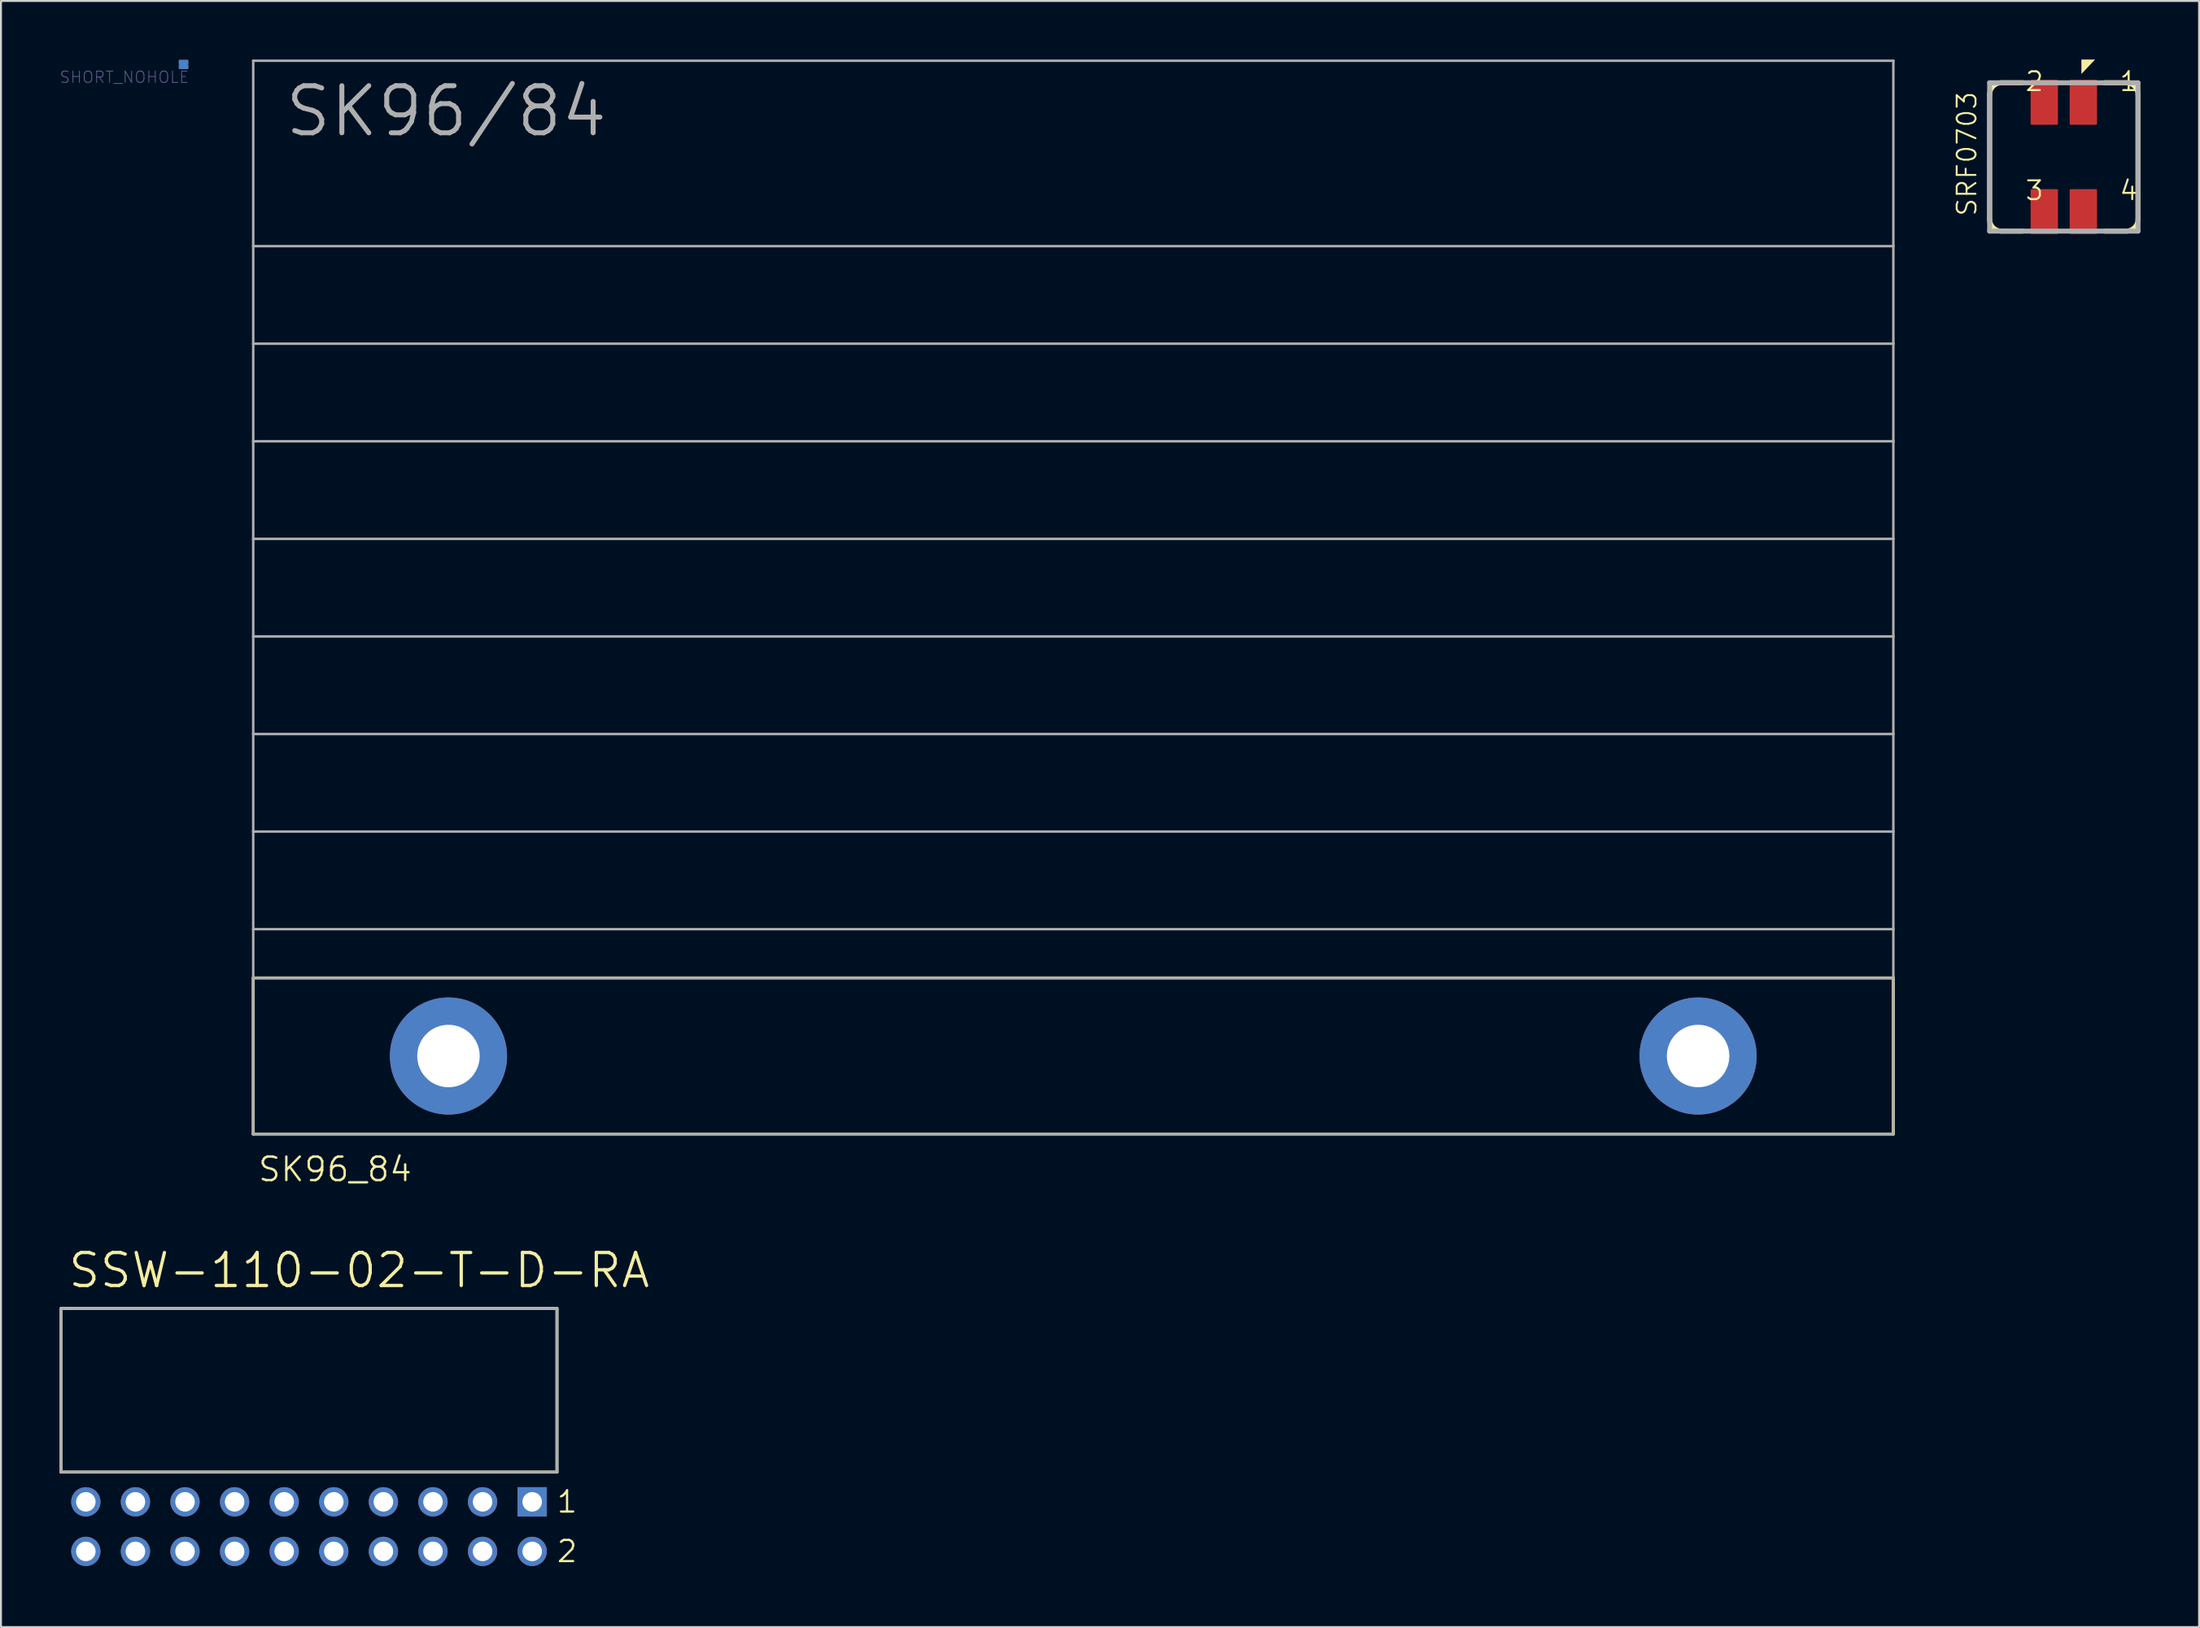
<source format=kicad_pcb>
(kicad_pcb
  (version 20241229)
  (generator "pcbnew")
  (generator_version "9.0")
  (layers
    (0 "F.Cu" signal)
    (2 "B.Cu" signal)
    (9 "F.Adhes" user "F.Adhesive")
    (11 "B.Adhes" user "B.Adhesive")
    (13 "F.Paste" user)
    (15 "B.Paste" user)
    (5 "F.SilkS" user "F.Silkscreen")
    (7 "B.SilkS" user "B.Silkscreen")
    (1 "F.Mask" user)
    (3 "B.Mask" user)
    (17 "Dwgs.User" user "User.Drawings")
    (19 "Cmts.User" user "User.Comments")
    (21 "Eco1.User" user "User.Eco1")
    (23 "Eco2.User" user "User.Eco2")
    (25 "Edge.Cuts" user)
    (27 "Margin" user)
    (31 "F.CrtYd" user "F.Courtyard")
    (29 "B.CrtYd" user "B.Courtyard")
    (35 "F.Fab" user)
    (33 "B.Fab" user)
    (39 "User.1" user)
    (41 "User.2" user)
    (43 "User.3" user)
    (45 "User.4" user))
  (footprint "SRF0703"
    (layer "F.Cu")
    (at 102.65 4.992)
    (property "Reference" "SRF0703" (at -4.4 3.1 90) (layer "F.SilkS") (effects (font (size 0.965 0.965) (thickness 0.097)) (justify left bottom)))
    (attr through_hole)
    (fp_line (start -3.8 -3.2) (end -3.8 3.2) (stroke (width 0.254) (type solid)) (layer "F.SilkS"))
    (fp_line (start -3.2 3.8) (end -2.1 3.8) (stroke (width 0.254) (type solid)) (layer "F.SilkS"))
    (fp_line (start -2.1 -3.8) (end -3.2 -3.8) (stroke (width 0.254) (type solid)) (layer "F.SilkS"))
    (fp_line (start 2.1 3.8) (end 3.2 3.8) (stroke (width 0.254) (type solid)) (layer "F.SilkS"))
    (fp_line (start 3.2 -3.8) (end 2.1 -3.8) (stroke (width 0.254) (type solid)) (layer "F.SilkS"))
    (fp_line (start 3.8 3.2) (end 3.8 -3.2) (stroke (width 0.254) (type solid)) (layer "F.SilkS"))
    (fp_arc (start -3.8 -3.2) (mid -3.624264 -3.624264) (end -3.2 -3.8) (stroke (width 0.254) (type solid)) (layer "F.SilkS"))
    (fp_arc (start -3.2 3.8) (mid -3.624264 3.624264) (end -3.8 3.2) (stroke (width 0.254) (type solid)) (layer "F.SilkS"))
    (fp_arc (start 3.2 -3.8) (mid 3.624264 -3.624264) (end 3.8 -3.2) (stroke (width 0.254) (type solid)) (layer "F.SilkS"))
    (fp_arc (start 3.8 3.2) (mid 3.624264 3.624264) (end 3.2 3.8) (stroke (width 0.254) (type solid)) (layer "F.SilkS"))
    (fp_poly (pts (xy 0.9 -4.25) (xy 0.9 -4.992) (xy 1.6 -4.992)) (stroke (width 0) (type solid)) (fill yes) (layer "F.SilkS"))
    (fp_line (start -3.8 -3.8) (end 3.8 -3.8) (stroke (width 0.254) (type solid)) (layer "F.Fab"))
    (fp_line (start -3.8 3.8) (end -3.8 -3.8) (stroke (width 0.254) (type solid)) (layer "F.Fab"))
    (fp_line (start 3.8 3.8) (end -3.8 3.8) (stroke (width 0.254) (type solid)) (layer "F.Fab"))
    (fp_line (start 3.8 3.8) (end 3.8 -3.8) (stroke (width 0.254) (type solid)) (layer "F.Fab"))
    (fp_text user "3" (at -2.032 2.286 180) (layer "F.SilkS") (effects (font (size 0.965 0.965) (thickness 0.102)) (justify left bottom)))
    (fp_text user "1" (at 2.794 -3.302 180) (layer "F.SilkS") (effects (font (size 0.965 0.965) (thickness 0.102)) (justify left bottom)))
    (fp_text user "4" (at 2.794 2.286 180) (layer "F.SilkS") (effects (font (size 0.965 0.965) (thickness 0.102)) (justify left bottom)))
    (fp_text user "2" (at -2.032 -3.302 180) (layer "F.SilkS") (effects (font (size 0.965 0.965) (thickness 0.102)) (justify left bottom)))
    (pad "1" smd roundrect (at 1 -2.8 90) (size 2.3 1.4) (layers "F.Cu" "F.Mask" "F.Paste") (roundrect_rratio 0.036))
    (pad "2" smd roundrect (at -1 -2.8 90) (size 2.3 1.4) (layers "F.Cu" "F.Mask" "F.Paste") (roundrect_rratio 0.036))
    (pad "3" smd roundrect (at -1 2.8 90) (size 2.3 1.4) (layers "F.Cu" "F.Mask" "F.Paste") (roundrect_rratio 0.036))
    (pad "4" smd roundrect (at 1 2.8 90) (size 2.3 1.4) (layers "F.Cu" "F.Mask" "F.Paste") (roundrect_rratio 0.036)))
  (footprint "SK96_84"
    (layer "F.Cu")
    (at 9.919 55.063)
    (property "Reference" "SK96_84" (at 0.18 2.51 180) (layer "F.SilkS") (effects (font (size 1.206 1.206) (thickness 0.121)) (justify left bottom)))
    (attr through_hole)
    (fp_line (start 0 -8) (end 84 -8) (stroke (width 0.152) (type solid)) (layer "F.SilkS"))
    (fp_line (start 0 0) (end 0 -8) (stroke (width 0.152) (type solid)) (layer "F.SilkS"))
    (fp_line (start 84 0) (end 0 0) (stroke (width 0.152) (type solid)) (layer "F.SilkS"))
    (fp_line (start 84 0) (end 84 -8) (stroke (width 0.152) (type solid)) (layer "F.SilkS"))
    (fp_line (start 0 -55) (end 0 -45.5) (stroke (width 0.127) (type solid)) (layer "F.Fab"))
    (fp_line (start 0 -45.5) (end 0 -40.5) (stroke (width 0.127) (type solid)) (layer "F.Fab"))
    (fp_line (start 0 -45.5) (end 84 -45.5) (stroke (width 0.127) (type solid)) (layer "F.Fab"))
    (fp_line (start 0 -40.5) (end 0 -35.5) (stroke (width 0.127) (type solid)) (layer "F.Fab"))
    (fp_line (start 0 -40.5) (end 84 -40.5) (stroke (width 0.127) (type solid)) (layer "F.Fab"))
    (fp_line (start 0 -35.5) (end 0 -30.5) (stroke (width 0.127) (type solid)) (layer "F.Fab"))
    (fp_line (start 0 -35.5) (end 84 -35.5) (stroke (width 0.127) (type solid)) (layer "F.Fab"))
    (fp_line (start 0 -30.5) (end 0 -25.5) (stroke (width 0.127) (type solid)) (layer "F.Fab"))
    (fp_line (start 0 -30.5) (end 84 -30.5) (stroke (width 0.127) (type solid)) (layer "F.Fab"))
    (fp_line (start 0 -25.5) (end 0 -20.5) (stroke (width 0.127) (type solid)) (layer "F.Fab"))
    (fp_line (start 0 -25.5) (end 84 -25.5) (stroke (width 0.127) (type solid)) (layer "F.Fab"))
    (fp_line (start 0 -20.5) (end 0 -15.5) (stroke (width 0.127) (type solid)) (layer "F.Fab"))
    (fp_line (start 0 -20.5) (end 84 -20.5) (stroke (width 0.127) (type solid)) (layer "F.Fab"))
    (fp_line (start 0 -15.5) (end 0 -10.5) (stroke (width 0.127) (type solid)) (layer "F.Fab"))
    (fp_line (start 0 -15.5) (end 84 -15.5) (stroke (width 0.127) (type solid)) (layer "F.Fab"))
    (fp_line (start 0 -10.5) (end 0 -8) (stroke (width 0.127) (type solid)) (layer "F.Fab"))
    (fp_line (start 0 -10.5) (end 84 -10.5) (stroke (width 0.127) (type solid)) (layer "F.Fab"))
    (fp_line (start 0 -8) (end 0 0) (stroke (width 0.127) (type solid)) (layer "F.Fab"))
    (fp_line (start 0 -8) (end 84 -8) (stroke (width 0.127) (type solid)) (layer "F.Fab"))
    (fp_line (start 0 0) (end 84 0) (stroke (width 0.127) (type solid)) (layer "F.Fab"))
    (fp_line (start 84 -55) (end 0 -55) (stroke (width 0.127) (type solid)) (layer "F.Fab"))
    (fp_line (start 84 -45.5) (end 84 -55) (stroke (width 0.127) (type solid)) (layer "F.Fab"))
    (fp_line (start 84 -40.5) (end 84 -45.5) (stroke (width 0.127) (type solid)) (layer "F.Fab"))
    (fp_line (start 84 -35.5) (end 84 -40.5) (stroke (width 0.127) (type solid)) (layer "F.Fab"))
    (fp_line (start 84 -30.5) (end 84 -35.5) (stroke (width 0.127) (type solid)) (layer "F.Fab"))
    (fp_line (start 84 -25.5) (end 84 -30.5) (stroke (width 0.127) (type solid)) (layer "F.Fab"))
    (fp_line (start 84 -20.5) (end 84 -25.5) (stroke (width 0.127) (type solid)) (layer "F.Fab"))
    (fp_line (start 84 -15.5) (end 84 -20.5) (stroke (width 0.127) (type solid)) (layer "F.Fab"))
    (fp_line (start 84 -10.5) (end 84 -15.5) (stroke (width 0.127) (type solid)) (layer "F.Fab"))
    (fp_line (start 84 -8) (end 84 -10.5) (stroke (width 0.127) (type solid)) (layer "F.Fab"))
    (fp_line (start 84 0) (end 84 -8) (stroke (width 0.127) (type solid)) (layer "F.Fab"))
    (fp_text user "SK96/84" (at 1.5 -51 0) (layer "F.Fab") (effects (font (size 2.413 2.413) (thickness 0.254)) (justify left bottom)))
    (pad "1" thru_hole circle (at 10 -4) (size 6 6) (drill 3.2) (layers "*.Cu" "*.Mask"))
    (pad "2" thru_hole circle (at 74 -4) (size 6 6) (drill 3.2) (layers "*.Cu" "*.Mask")))
  (footprint "SHORT_NOHOLE"
    (layer "F.Cu")
    (at 6.352 0.25)
    (property "Reference" "SHORT_NOHOLE" (at 0.318 0.318 180) (layer "B.Fab") (effects (font (size 0.579 0.579) (thickness 0.046)) (justify right top)))
    (attr through_hole)
    (pad "1" smd roundrect (at 0 -0.117 180) (size 0.5 0.25) (layers "B.Cu" "B.Mask") (roundrect_rratio 0.203))
    (pad "2" smd roundrect (at 0 0.117 180) (size 0.5 0.25) (layers "B.Cu" "B.Mask") (roundrect_rratio 0.203)))
  (footprint "SSW-110-02-T-D-RA"
    (layer "F.Cu")
    (at 1.346 76.447)
    (property "Reference" "SSW-110-02-T-D-RA" (at -0.991 -13.411 180) (layer "F.SilkS") (effects (font (size 1.689 1.689) (thickness 0.169)) (justify left bottom)))
    (attr through_hole)
    (fp_line (start -1.27 -12.446) (end -1.27 -4.064) (stroke (width 0.152) (type solid)) (layer "F.SilkS"))
    (fp_line (start -1.27 -4.064) (end 24.13 -4.064) (stroke (width 0.152) (type solid)) (layer "F.SilkS"))
    (fp_line (start 24.13 -12.446) (end -1.27 -12.446) (stroke (width 0.152) (type solid)) (layer "F.SilkS"))
    (fp_line (start 24.13 -4.064) (end 24.13 -12.446) (stroke (width 0.152) (type solid)) (layer "F.SilkS"))
    (fp_line (start -1.27 -12.446) (end -1.27 -4.064) (stroke (width 0.152) (type solid)) (layer "F.Fab"))
    (fp_line (start -1.27 -4.064) (end 24.13 -4.064) (stroke (width 0.152) (type solid)) (layer "F.Fab"))
    (fp_line (start 24.13 -12.446) (end -1.27 -12.446) (stroke (width 0.152) (type solid)) (layer "F.Fab"))
    (fp_line (start 24.13 -4.064) (end 24.13 -12.446) (stroke (width 0.152) (type solid)) (layer "F.Fab"))
    (fp_text user "1" (at 24.054 -1.905 0) (layer "F.SilkS") (effects (font (size 1.086 1.086) (thickness 0.114)) (justify left bottom)))
    (fp_text user "2" (at 24.054 0.635 0) (layer "F.SilkS") (effects (font (size 1.086 1.086) (thickness 0.114)) (justify left bottom)))
    (pad "1" thru_hole rect (at 22.86 -2.54) (size 1.5 1.5) (drill 1) (layers "*.Cu" "*.Mask"))
    (pad "2" thru_hole circle (at 22.86 0) (size 1.5 1.5) (drill 1) (layers "*.Cu" "*.Mask"))
    (pad "3" thru_hole circle (at 20.32 -2.54) (size 1.5 1.5) (drill 1) (layers "*.Cu" "*.Mask"))
    (pad "4" thru_hole circle (at 20.32 0) (size 1.5 1.5) (drill 1) (layers "*.Cu" "*.Mask"))
    (pad "5" thru_hole circle (at 17.78 -2.54) (size 1.5 1.5) (drill 1) (layers "*.Cu" "*.Mask"))
    (pad "6" thru_hole circle (at 17.78 0) (size 1.5 1.5) (drill 1) (layers "*.Cu" "*.Mask"))
    (pad "7" thru_hole circle (at 15.24 -2.54) (size 1.5 1.5) (drill 1) (layers "*.Cu" "*.Mask"))
    (pad "8" thru_hole circle (at 15.24 0) (size 1.5 1.5) (drill 1) (layers "*.Cu" "*.Mask"))
    (pad "9" thru_hole circle (at 12.7 -2.54) (size 1.5 1.5) (drill 1) (layers "*.Cu" "*.Mask"))
    (pad "10" thru_hole circle (at 12.7 0) (size 1.5 1.5) (drill 1) (layers "*.Cu" "*.Mask"))
    (pad "11" thru_hole circle (at 10.16 -2.54) (size 1.5 1.5) (drill 1) (layers "*.Cu" "*.Mask"))
    (pad "12" thru_hole circle (at 10.16 0) (size 1.5 1.5) (drill 1) (layers "*.Cu" "*.Mask"))
    (pad "13" thru_hole circle (at 7.62 -2.54) (size 1.5 1.5) (drill 1) (layers "*.Cu" "*.Mask"))
    (pad "14" thru_hole circle (at 7.62 0) (size 1.5 1.5) (drill 1) (layers "*.Cu" "*.Mask"))
    (pad "15" thru_hole circle (at 5.08 -2.54) (size 1.5 1.5) (drill 1) (layers "*.Cu" "*.Mask"))
    (pad "16" thru_hole circle (at 5.08 0) (size 1.5 1.5) (drill 1) (layers "*.Cu" "*.Mask"))
    (pad "17" thru_hole circle (at 2.54 -2.54) (size 1.5 1.5) (drill 1) (layers "*.Cu" "*.Mask"))
    (pad "18" thru_hole circle (at 2.54 0) (size 1.5 1.5) (drill 1) (layers "*.Cu" "*.Mask"))
    (pad "19" thru_hole circle (at 0 -2.54) (size 1.5 1.5) (drill 1) (layers "*.Cu" "*.Mask"))
    (pad "20" thru_hole circle (at 0 0) (size 1.5 1.5) (drill 1) (layers "*.Cu" "*.Mask")))
  (gr_rect
    (start -3 -3)
    (end 109.577 80.325)
    (stroke (width 0.1) (type default))
    (fill no)
    (layer "Edge.Cuts")))
</source>
